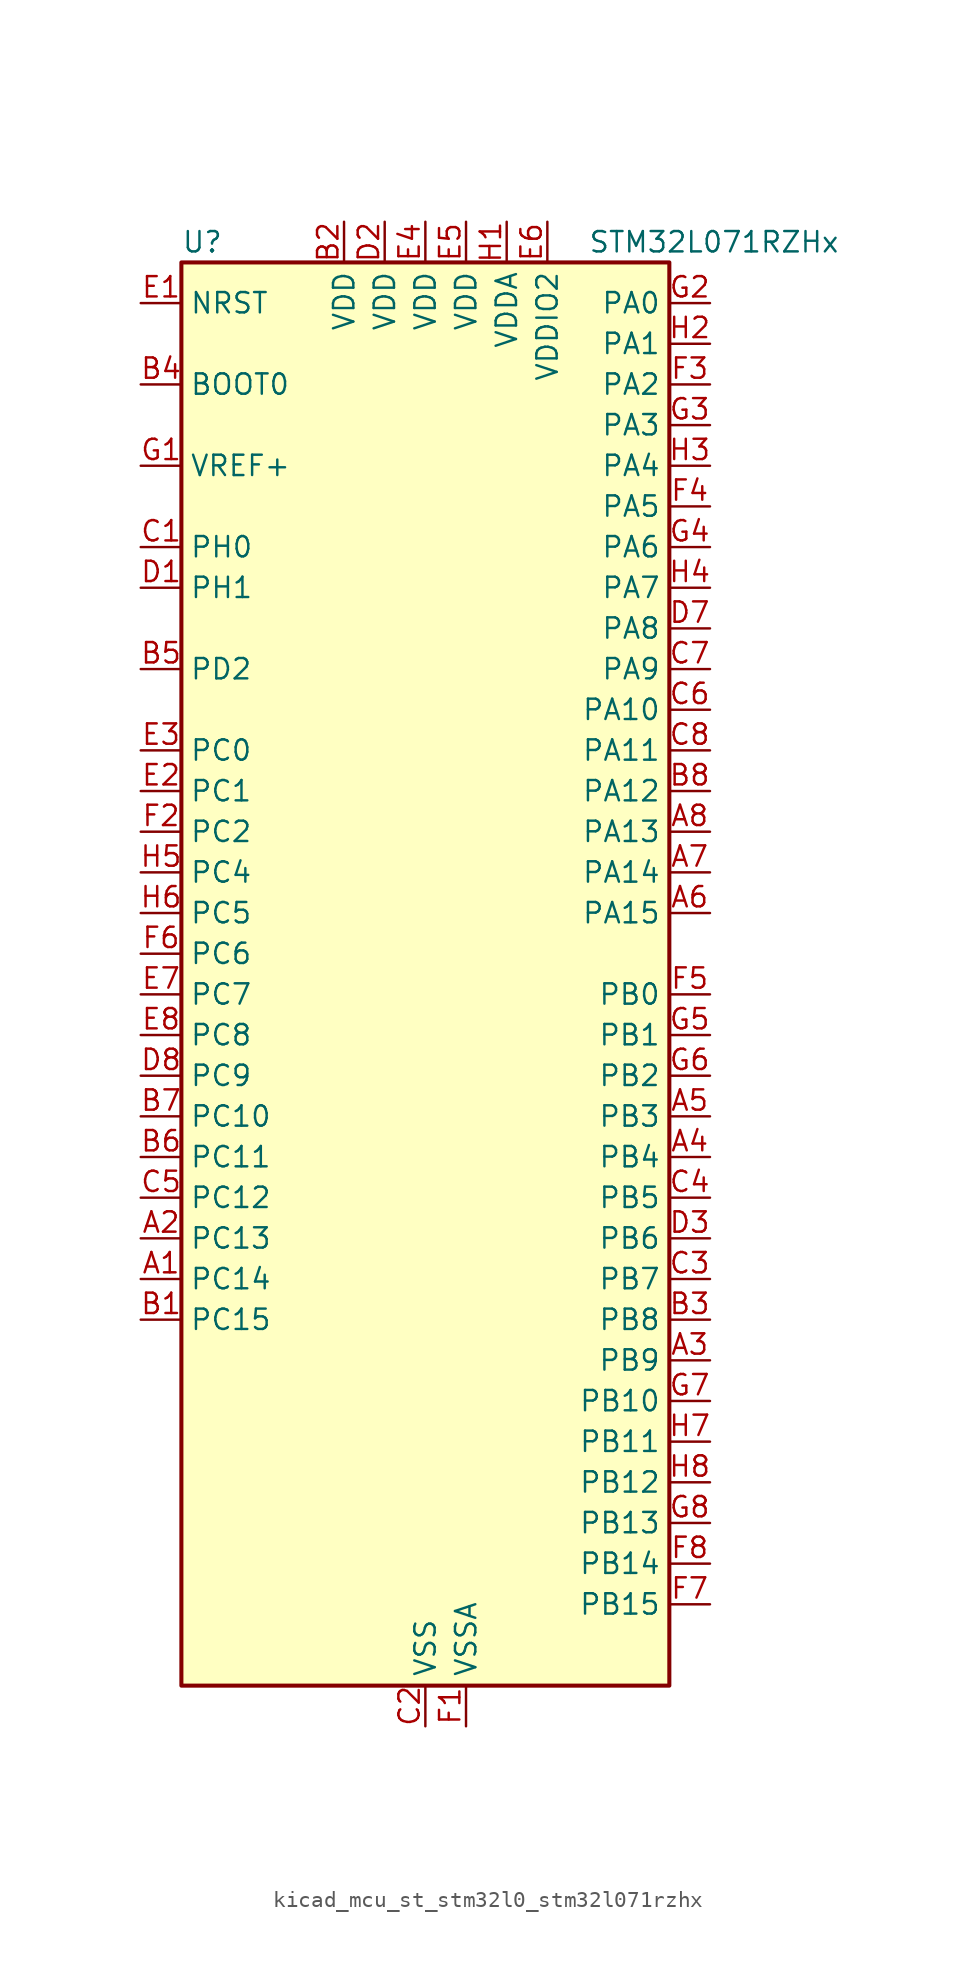
<source format=kicad_sym>
(kicad_symbol_lib
  (version 20220914)
  (generator kicad_symbol_editor)
  (symbol "kicad_mcu_st_stm32l0_stm32l071rzhx"
    (property "Reference" "U"
      (at -15.24 46.99 0)
      (effects (font (size 1.27 1.27)) (justify left)))
    (property "Value" "STM32L071RZHx"
      (at 10.16 46.99 0)
      (effects (font (size 1.27 1.27)) (justify left)))
    (property "ki_locked" ""
      (at 0 0 0)
      (effects (font (size 1.27 1.27))))
    (symbol "kicad_mcu_st_stm32l0_stm32l071rzhx_0_1"
      (rectangle (start -15.24 -43.18) (end 15.24 45.72) (stroke (width 0.254) (type default)) (fill (type background))))
    (symbol "kicad_mcu_st_stm32l0_stm32l071rzhx_1_1"
      (pin bidirectional line (at -17.78 -17.78 0) (length 2.54) (name "PC14" (effects (font (size 1.27 1.27)))) (number "A1" (effects (font (size 1.27 1.27)))) (alternate "RCC_OSC32_IN" bidirectional line))
      (pin bidirectional line (at -17.78 -15.24 0) (length 2.54) (name "PC13" (effects (font (size 1.27 1.27)))) (number "A2" (effects (font (size 1.27 1.27)))) (alternate "RTC_OUT_ALARM" bidirectional line) (alternate "RTC_OUT_CALIB" bidirectional line) (alternate "RTC_TAMP1" bidirectional line) (alternate "RTC_TS" bidirectional line) (alternate "SYS_WKUP2" bidirectional line))
      (pin bidirectional line (at 17.78 -22.86 180) (length 2.54) (name "PB9" (effects (font (size 1.27 1.27)))) (number "A3" (effects (font (size 1.27 1.27)))) (alternate "I2C1_SDA" bidirectional line) (alternate "I2S2_WS" bidirectional line) (alternate "SPI2_NSS" bidirectional line))
      (pin bidirectional line (at 17.78 -10.16 180) (length 2.54) (name "PB4" (effects (font (size 1.27 1.27)))) (number "A4" (effects (font (size 1.27 1.27)))) (alternate "COMP2_INP" bidirectional line) (alternate "I2C3_SDA" bidirectional line) (alternate "SPI1_MISO" bidirectional line) (alternate "TIM22_CH1" bidirectional line) (alternate "TIM3_CH1" bidirectional line) (alternate "USART1_CTS" bidirectional line) (alternate "USART5_RX" bidirectional line))
      (pin bidirectional line (at 17.78 -7.62 180) (length 2.54) (name "PB3" (effects (font (size 1.27 1.27)))) (number "A5" (effects (font (size 1.27 1.27)))) (alternate "COMP2_INM" bidirectional line) (alternate "SPI1_SCK" bidirectional line) (alternate "TIM2_CH2" bidirectional line) (alternate "USART1_DE" bidirectional line) (alternate "USART1_RTS" bidirectional line) (alternate "USART5_TX" bidirectional line))
      (pin bidirectional line (at 17.78 5.08 180) (length 2.54) (name "PA15" (effects (font (size 1.27 1.27)))) (number "A6" (effects (font (size 1.27 1.27)))) (alternate "SPI1_NSS" bidirectional line) (alternate "TIM2_CH1" bidirectional line) (alternate "TIM2_ETR" bidirectional line) (alternate "USART2_RX" bidirectional line) (alternate "USART4_DE" bidirectional line) (alternate "USART4_RTS" bidirectional line))
      (pin bidirectional line (at 17.78 7.62 180) (length 2.54) (name "PA14" (effects (font (size 1.27 1.27)))) (number "A7" (effects (font (size 1.27 1.27)))) (alternate "LPUART1_TX" bidirectional line) (alternate "SYS_SWCLK" bidirectional line) (alternate "USART2_TX" bidirectional line))
      (pin bidirectional line (at 17.78 10.16 180) (length 2.54) (name "PA13" (effects (font (size 1.27 1.27)))) (number "A8" (effects (font (size 1.27 1.27)))) (alternate "LPUART1_RX" bidirectional line) (alternate "SYS_SWDIO" bidirectional line))
      (pin bidirectional line (at -17.78 -20.32 0) (length 2.54) (name "PC15" (effects (font (size 1.27 1.27)))) (number "B1" (effects (font (size 1.27 1.27)))) (alternate "RCC_OSC32_OUT" bidirectional line))
      (pin power_in line (at -5.08 48.26 270) (length 2.54) (name "VDD" (effects (font (size 1.27 1.27)))) (number "B2" (effects (font (size 1.27 1.27)))))
      (pin bidirectional line (at 17.78 -20.32 180) (length 2.54) (name "PB8" (effects (font (size 1.27 1.27)))) (number "B3" (effects (font (size 1.27 1.27)))) (alternate "I2C1_SCL" bidirectional line))
      (pin input line (at -17.78 38.1 0) (length 2.54) (name "BOOT0" (effects (font (size 1.27 1.27)))) (number "B4" (effects (font (size 1.27 1.27)))))
      (pin bidirectional line (at -17.78 20.32 0) (length 2.54) (name "PD2" (effects (font (size 1.27 1.27)))) (number "B5" (effects (font (size 1.27 1.27)))) (alternate "LPUART1_DE" bidirectional line) (alternate "LPUART1_RTS" bidirectional line) (alternate "TIM3_ETR" bidirectional line) (alternate "USART5_RX" bidirectional line))
      (pin bidirectional line (at -17.78 -10.16 0) (length 2.54) (name "PC11" (effects (font (size 1.27 1.27)))) (number "B6" (effects (font (size 1.27 1.27)))) (alternate "ADC_EXTI11" bidirectional line) (alternate "LPUART1_RX" bidirectional line) (alternate "USART4_RX" bidirectional line))
      (pin bidirectional line (at -17.78 -7.62 0) (length 2.54) (name "PC10" (effects (font (size 1.27 1.27)))) (number "B7" (effects (font (size 1.27 1.27)))) (alternate "LPUART1_TX" bidirectional line) (alternate "USART4_TX" bidirectional line))
      (pin bidirectional line (at 17.78 12.7 180) (length 2.54) (name "PA12" (effects (font (size 1.27 1.27)))) (number "B8" (effects (font (size 1.27 1.27)))) (alternate "COMP2_OUT" bidirectional line) (alternate "SPI1_MOSI" bidirectional line) (alternate "USART1_DE" bidirectional line) (alternate "USART1_RTS" bidirectional line))
      (pin bidirectional line (at -17.78 27.94 0) (length 2.54) (name "PH0" (effects (font (size 1.27 1.27)))) (number "C1" (effects (font (size 1.27 1.27)))) (alternate "RCC_OSC_IN" bidirectional line))
      (pin power_in line (at 0 -45.72 90) (length 2.54) (name "VSS" (effects (font (size 1.27 1.27)))) (number "C2" (effects (font (size 1.27 1.27)))))
      (pin bidirectional line (at 17.78 -17.78 180) (length 2.54) (name "PB7" (effects (font (size 1.27 1.27)))) (number "C3" (effects (font (size 1.27 1.27)))) (alternate "COMP2_INP" bidirectional line) (alternate "I2C1_SDA" bidirectional line) (alternate "LPTIM1_IN2" bidirectional line) (alternate "SYS_PVD_IN" bidirectional line) (alternate "USART1_RX" bidirectional line) (alternate "USART4_CTS" bidirectional line))
      (pin bidirectional line (at 17.78 -12.7 180) (length 2.54) (name "PB5" (effects (font (size 1.27 1.27)))) (number "C4" (effects (font (size 1.27 1.27)))) (alternate "COMP2_INP" bidirectional line) (alternate "I2C1_SMBA" bidirectional line) (alternate "LPTIM1_IN1" bidirectional line) (alternate "SPI1_MOSI" bidirectional line) (alternate "TIM22_CH2" bidirectional line) (alternate "TIM3_CH2" bidirectional line) (alternate "USART1_CK" bidirectional line) (alternate "USART5_CK" bidirectional line) (alternate "USART5_DE" bidirectional line) (alternate "USART5_RTS" bidirectional line))
      (pin bidirectional line (at -17.78 -12.7 0) (length 2.54) (name "PC12" (effects (font (size 1.27 1.27)))) (number "C5" (effects (font (size 1.27 1.27)))) (alternate "USART4_CK" bidirectional line) (alternate "USART5_TX" bidirectional line))
      (pin bidirectional line (at 17.78 17.78 180) (length 2.54) (name "PA10" (effects (font (size 1.27 1.27)))) (number "C6" (effects (font (size 1.27 1.27)))) (alternate "I2C1_SDA" bidirectional line) (alternate "USART1_RX" bidirectional line))
      (pin bidirectional line (at 17.78 20.32 180) (length 2.54) (name "PA9" (effects (font (size 1.27 1.27)))) (number "C7" (effects (font (size 1.27 1.27)))) (alternate "I2C1_SCL" bidirectional line) (alternate "I2C3_SMBA" bidirectional line) (alternate "RCC_MCO" bidirectional line) (alternate "USART1_TX" bidirectional line))
      (pin bidirectional line (at 17.78 15.24 180) (length 2.54) (name "PA11" (effects (font (size 1.27 1.27)))) (number "C8" (effects (font (size 1.27 1.27)))) (alternate "ADC_EXTI11" bidirectional line) (alternate "COMP1_OUT" bidirectional line) (alternate "SPI1_MISO" bidirectional line) (alternate "USART1_CTS" bidirectional line))
      (pin bidirectional line (at -17.78 25.4 0) (length 2.54) (name "PH1" (effects (font (size 1.27 1.27)))) (number "D1" (effects (font (size 1.27 1.27)))) (alternate "RCC_OSC_OUT" bidirectional line))
      (pin power_in line (at -2.54 48.26 270) (length 2.54) (name "VDD" (effects (font (size 1.27 1.27)))) (number "D2" (effects (font (size 1.27 1.27)))))
      (pin bidirectional line (at 17.78 -15.24 180) (length 2.54) (name "PB6" (effects (font (size 1.27 1.27)))) (number "D3" (effects (font (size 1.27 1.27)))) (alternate "COMP2_INP" bidirectional line) (alternate "I2C1_SCL" bidirectional line) (alternate "LPTIM1_ETR" bidirectional line) (alternate "USART1_TX" bidirectional line))
      (pin passive line (at 0 -45.72 90) (length 2.54) hide (name "VSS" (effects (font (size 1.27 1.27)))) (number "D4" (effects (font (size 1.27 1.27)))))
      (pin passive line (at 0 -45.72 90) (length 2.54) hide (name "VSS" (effects (font (size 1.27 1.27)))) (number "D5" (effects (font (size 1.27 1.27)))))
      (pin passive line (at 0 -45.72 90) (length 2.54) hide (name "VSS" (effects (font (size 1.27 1.27)))) (number "D6" (effects (font (size 1.27 1.27)))))
      (pin bidirectional line (at 17.78 22.86 180) (length 2.54) (name "PA8" (effects (font (size 1.27 1.27)))) (number "D7" (effects (font (size 1.27 1.27)))) (alternate "I2C3_SCL" bidirectional line) (alternate "RCC_MCO" bidirectional line) (alternate "USART1_CK" bidirectional line))
      (pin bidirectional line (at -17.78 -5.08 0) (length 2.54) (name "PC9" (effects (font (size 1.27 1.27)))) (number "D8" (effects (font (size 1.27 1.27)))) (alternate "I2C3_SDA" bidirectional line) (alternate "TIM21_ETR" bidirectional line) (alternate "TIM3_CH4" bidirectional line))
      (pin input line (at -17.78 43.18 0) (length 2.54) (name "NRST" (effects (font (size 1.27 1.27)))) (number "E1" (effects (font (size 1.27 1.27)))))
      (pin bidirectional line (at -17.78 12.7 0) (length 2.54) (name "PC1" (effects (font (size 1.27 1.27)))) (number "E2" (effects (font (size 1.27 1.27)))) (alternate "ADC_IN11" bidirectional line) (alternate "I2C3_SDA" bidirectional line) (alternate "LPTIM1_OUT" bidirectional line) (alternate "LPUART1_TX" bidirectional line))
      (pin bidirectional line (at -17.78 15.24 0) (length 2.54) (name "PC0" (effects (font (size 1.27 1.27)))) (number "E3" (effects (font (size 1.27 1.27)))) (alternate "ADC_IN10" bidirectional line) (alternate "I2C3_SCL" bidirectional line) (alternate "LPTIM1_IN1" bidirectional line) (alternate "LPUART1_RX" bidirectional line))
      (pin power_in line (at 0 48.26 270) (length 2.54) (name "VDD" (effects (font (size 1.27 1.27)))) (number "E4" (effects (font (size 1.27 1.27)))))
      (pin power_in line (at 2.54 48.26 270) (length 2.54) (name "VDD" (effects (font (size 1.27 1.27)))) (number "E5" (effects (font (size 1.27 1.27)))))
      (pin power_in line (at 7.62 48.26 270) (length 2.54) (name "VDDIO2" (effects (font (size 1.27 1.27)))) (number "E6" (effects (font (size 1.27 1.27)))))
      (pin bidirectional line (at -17.78 0 0) (length 2.54) (name "PC7" (effects (font (size 1.27 1.27)))) (number "E7" (effects (font (size 1.27 1.27)))) (alternate "TIM22_CH2" bidirectional line) (alternate "TIM3_CH2" bidirectional line))
      (pin bidirectional line (at -17.78 -2.54 0) (length 2.54) (name "PC8" (effects (font (size 1.27 1.27)))) (number "E8" (effects (font (size 1.27 1.27)))) (alternate "TIM22_ETR" bidirectional line) (alternate "TIM3_CH3" bidirectional line))
      (pin power_in line (at 2.54 -45.72 90) (length 2.54) (name "VSSA" (effects (font (size 1.27 1.27)))) (number "F1" (effects (font (size 1.27 1.27)))))
      (pin bidirectional line (at -17.78 10.16 0) (length 2.54) (name "PC2" (effects (font (size 1.27 1.27)))) (number "F2" (effects (font (size 1.27 1.27)))) (alternate "ADC_IN12" bidirectional line) (alternate "I2S2_MCK" bidirectional line) (alternate "LPTIM1_IN2" bidirectional line) (alternate "SPI2_MISO" bidirectional line))
      (pin bidirectional line (at 17.78 38.1 180) (length 2.54) (name "PA2" (effects (font (size 1.27 1.27)))) (number "F3" (effects (font (size 1.27 1.27)))) (alternate "ADC_IN2" bidirectional line) (alternate "COMP2_INM" bidirectional line) (alternate "COMP2_OUT" bidirectional line) (alternate "LPUART1_TX" bidirectional line) (alternate "TIM21_CH1" bidirectional line) (alternate "TIM2_CH3" bidirectional line) (alternate "USART2_TX" bidirectional line))
      (pin bidirectional line (at 17.78 30.48 180) (length 2.54) (name "PA5" (effects (font (size 1.27 1.27)))) (number "F4" (effects (font (size 1.27 1.27)))) (alternate "ADC_IN5" bidirectional line) (alternate "COMP1_INM" bidirectional line) (alternate "COMP2_INM" bidirectional line) (alternate "SPI1_SCK" bidirectional line) (alternate "TIM2_CH1" bidirectional line) (alternate "TIM2_ETR" bidirectional line))
      (pin bidirectional line (at 17.78 0 180) (length 2.54) (name "PB0" (effects (font (size 1.27 1.27)))) (number "F5" (effects (font (size 1.27 1.27)))) (alternate "ADC_IN8" bidirectional line) (alternate "SYS_VREF_OUT_PB0" bidirectional line) (alternate "TIM3_CH3" bidirectional line))
      (pin bidirectional line (at -17.78 2.54 0) (length 2.54) (name "PC6" (effects (font (size 1.27 1.27)))) (number "F6" (effects (font (size 1.27 1.27)))) (alternate "TIM22_CH1" bidirectional line) (alternate "TIM3_CH1" bidirectional line))
      (pin bidirectional line (at 17.78 -38.1 180) (length 2.54) (name "PB15" (effects (font (size 1.27 1.27)))) (number "F7" (effects (font (size 1.27 1.27)))) (alternate "I2S2_SD" bidirectional line) (alternate "RTC_REFIN" bidirectional line) (alternate "SPI2_MOSI" bidirectional line))
      (pin bidirectional line (at 17.78 -35.56 180) (length 2.54) (name "PB14" (effects (font (size 1.27 1.27)))) (number "F8" (effects (font (size 1.27 1.27)))) (alternate "I2C2_SDA" bidirectional line) (alternate "I2S2_MCK" bidirectional line) (alternate "LPUART1_DE" bidirectional line) (alternate "LPUART1_RTS" bidirectional line) (alternate "RTC_OUT_ALARM" bidirectional line) (alternate "RTC_OUT_CALIB" bidirectional line) (alternate "SPI2_MISO" bidirectional line) (alternate "TIM21_CH2" bidirectional line))
      (pin input line (at -17.78 33.02 0) (length 2.54) (name "VREF+" (effects (font (size 1.27 1.27)))) (number "G1" (effects (font (size 1.27 1.27)))))
      (pin bidirectional line (at 17.78 43.18 180) (length 2.54) (name "PA0" (effects (font (size 1.27 1.27)))) (number "G2" (effects (font (size 1.27 1.27)))) (alternate "ADC_IN0" bidirectional line) (alternate "COMP1_INM" bidirectional line) (alternate "COMP1_OUT" bidirectional line) (alternate "RTC_TAMP2" bidirectional line) (alternate "SYS_WKUP1" bidirectional line) (alternate "TIM2_CH1" bidirectional line) (alternate "TIM2_ETR" bidirectional line) (alternate "USART2_CTS" bidirectional line) (alternate "USART4_TX" bidirectional line))
      (pin bidirectional line (at 17.78 35.56 180) (length 2.54) (name "PA3" (effects (font (size 1.27 1.27)))) (number "G3" (effects (font (size 1.27 1.27)))) (alternate "ADC_IN3" bidirectional line) (alternate "COMP2_INP" bidirectional line) (alternate "LPUART1_RX" bidirectional line) (alternate "TIM21_CH2" bidirectional line) (alternate "TIM2_CH4" bidirectional line) (alternate "USART2_RX" bidirectional line))
      (pin bidirectional line (at 17.78 27.94 180) (length 2.54) (name "PA6" (effects (font (size 1.27 1.27)))) (number "G4" (effects (font (size 1.27 1.27)))) (alternate "ADC_IN6" bidirectional line) (alternate "COMP1_OUT" bidirectional line) (alternate "LPUART1_CTS" bidirectional line) (alternate "SPI1_MISO" bidirectional line) (alternate "TIM22_CH1" bidirectional line) (alternate "TIM3_CH1" bidirectional line))
      (pin bidirectional line (at 17.78 -2.54 180) (length 2.54) (name "PB1" (effects (font (size 1.27 1.27)))) (number "G5" (effects (font (size 1.27 1.27)))) (alternate "ADC_IN9" bidirectional line) (alternate "LPUART1_DE" bidirectional line) (alternate "LPUART1_RTS" bidirectional line) (alternate "SYS_VREF_OUT_PB1" bidirectional line) (alternate "TIM3_CH4" bidirectional line))
      (pin bidirectional line (at 17.78 -5.08 180) (length 2.54) (name "PB2" (effects (font (size 1.27 1.27)))) (number "G6" (effects (font (size 1.27 1.27)))) (alternate "I2C3_SMBA" bidirectional line) (alternate "LPTIM1_OUT" bidirectional line))
      (pin bidirectional line (at 17.78 -25.4 180) (length 2.54) (name "PB10" (effects (font (size 1.27 1.27)))) (number "G7" (effects (font (size 1.27 1.27)))) (alternate "I2C2_SCL" bidirectional line) (alternate "LPUART1_RX" bidirectional line) (alternate "LPUART1_TX" bidirectional line) (alternate "SPI2_SCK" bidirectional line) (alternate "TIM2_CH3" bidirectional line))
      (pin bidirectional line (at 17.78 -33.02 180) (length 2.54) (name "PB13" (effects (font (size 1.27 1.27)))) (number "G8" (effects (font (size 1.27 1.27)))) (alternate "I2C2_SCL" bidirectional line) (alternate "I2S2_CK" bidirectional line) (alternate "LPUART1_CTS" bidirectional line) (alternate "RCC_MCO" bidirectional line) (alternate "SPI2_SCK" bidirectional line) (alternate "TIM21_CH1" bidirectional line))
      (pin power_in line (at 5.08 48.26 270) (length 2.54) (name "VDDA" (effects (font (size 1.27 1.27)))) (number "H1" (effects (font (size 1.27 1.27)))))
      (pin bidirectional line (at 17.78 40.64 180) (length 2.54) (name "PA1" (effects (font (size 1.27 1.27)))) (number "H2" (effects (font (size 1.27 1.27)))) (alternate "ADC_IN1" bidirectional line) (alternate "COMP1_INP" bidirectional line) (alternate "TIM21_ETR" bidirectional line) (alternate "TIM2_CH2" bidirectional line) (alternate "USART2_DE" bidirectional line) (alternate "USART2_RTS" bidirectional line) (alternate "USART4_RX" bidirectional line))
      (pin bidirectional line (at 17.78 33.02 180) (length 2.54) (name "PA4" (effects (font (size 1.27 1.27)))) (number "H3" (effects (font (size 1.27 1.27)))) (alternate "ADC_IN4" bidirectional line) (alternate "COMP1_INM" bidirectional line) (alternate "COMP2_INM" bidirectional line) (alternate "SPI1_NSS" bidirectional line) (alternate "TIM22_ETR" bidirectional line) (alternate "USART2_CK" bidirectional line))
      (pin bidirectional line (at 17.78 25.4 180) (length 2.54) (name "PA7" (effects (font (size 1.27 1.27)))) (number "H4" (effects (font (size 1.27 1.27)))) (alternate "ADC_IN7" bidirectional line) (alternate "COMP2_OUT" bidirectional line) (alternate "SPI1_MOSI" bidirectional line) (alternate "TIM22_CH2" bidirectional line) (alternate "TIM3_CH2" bidirectional line))
      (pin bidirectional line (at -17.78 7.62 0) (length 2.54) (name "PC4" (effects (font (size 1.27 1.27)))) (number "H5" (effects (font (size 1.27 1.27)))) (alternate "ADC_IN14" bidirectional line) (alternate "LPUART1_TX" bidirectional line))
      (pin bidirectional line (at -17.78 5.08 0) (length 2.54) (name "PC5" (effects (font (size 1.27 1.27)))) (number "H6" (effects (font (size 1.27 1.27)))) (alternate "ADC_IN15" bidirectional line) (alternate "LPUART1_RX" bidirectional line))
      (pin bidirectional line (at 17.78 -27.94 180) (length 2.54) (name "PB11" (effects (font (size 1.27 1.27)))) (number "H7" (effects (font (size 1.27 1.27)))) (alternate "ADC_EXTI11" bidirectional line) (alternate "I2C2_SDA" bidirectional line) (alternate "LPUART1_RX" bidirectional line) (alternate "LPUART1_TX" bidirectional line) (alternate "TIM2_CH4" bidirectional line))
      (pin bidirectional line (at 17.78 -30.48 180) (length 2.54) (name "PB12" (effects (font (size 1.27 1.27)))) (number "H8" (effects (font (size 1.27 1.27)))) (alternate "I2S2_WS" bidirectional line) (alternate "LPUART1_DE" bidirectional line) (alternate "LPUART1_RTS" bidirectional line) (alternate "SPI2_NSS" bidirectional line)))))
</source>
